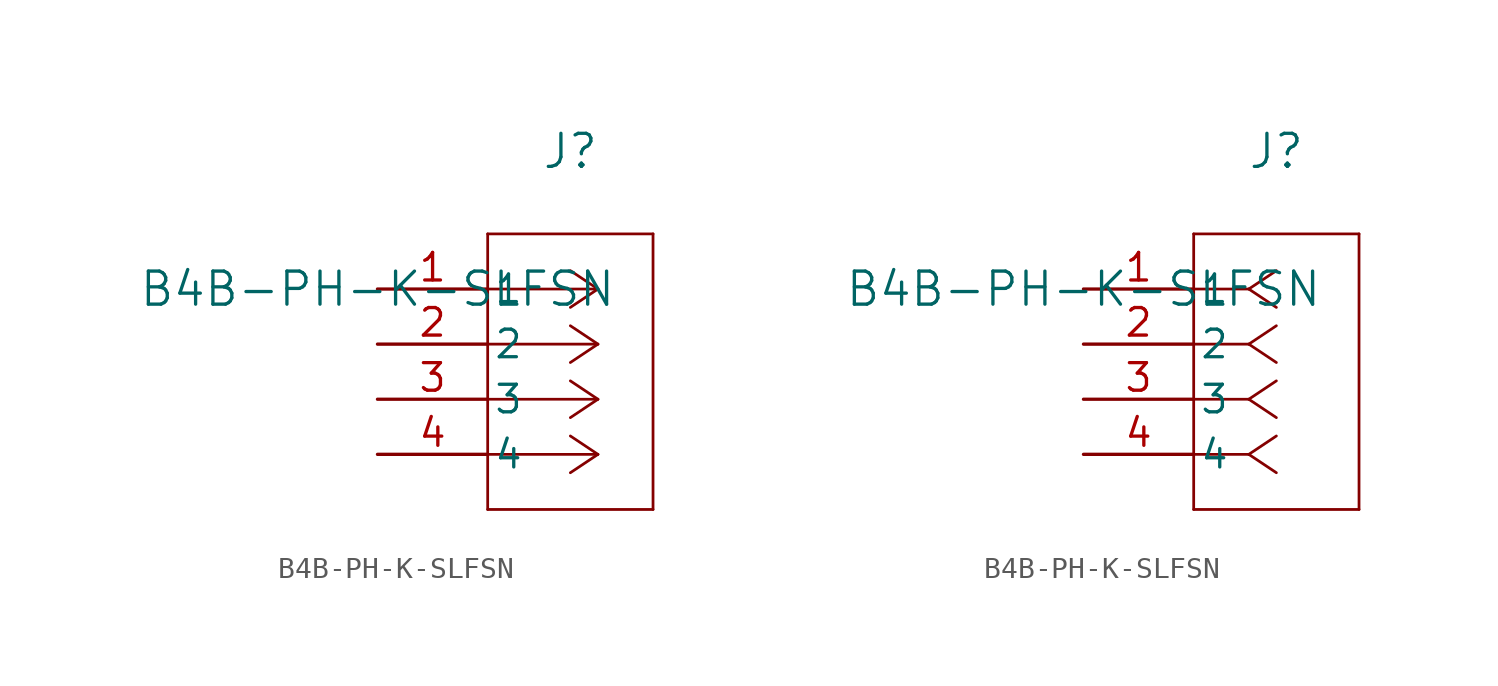
<source format=kicad_sym>
(kicad_symbol_lib
  (version 20211014)
  (generator kicad_symbol_editor)
  (symbol "B4B-PH-K-SLFSN"
    (pin_names
      (offset 0.254))
    (property "Reference" "J"
      (at 8.89 6.35 0)
      (effects (font (size 1.524 1.524))))
    (property "Value" "B4B-PH-K-SLFSN"
      (at 0 0 0)
      (effects (font (size 1.524 1.524))))
    (symbol "B4B-PH-K-SLFSN_1_1"
      (polyline (pts (xy 10.16 0) (xy 5.08 0)) (stroke (width 0.127) (type default) (color 0 0 0 0)) (fill (type none)))
      (polyline (pts (xy 10.16 -2.54) (xy 5.08 -2.54)) (stroke (width 0.127) (type default) (color 0 0 0 0)) (fill (type none)))
      (polyline (pts (xy 10.16 -5.08) (xy 5.08 -5.08)) (stroke (width 0.127) (type default) (color 0 0 0 0)) (fill (type none)))
      (polyline (pts (xy 10.16 -7.62) (xy 5.08 -7.62)) (stroke (width 0.127) (type default) (color 0 0 0 0)) (fill (type none)))
      (polyline (pts (xy 10.16 0) (xy 8.89 0.847)) (stroke (width 0.127) (type default) (color 0 0 0 0)) (fill (type none)))
      (polyline (pts (xy 10.16 -2.54) (xy 8.89 -1.693)) (stroke (width 0.127) (type default) (color 0 0 0 0)) (fill (type none)))
      (polyline (pts (xy 10.16 -5.08) (xy 8.89 -4.233)) (stroke (width 0.127) (type default) (color 0 0 0 0)) (fill (type none)))
      (polyline (pts (xy 10.16 -7.62) (xy 8.89 -6.773)) (stroke (width 0.127) (type default) (color 0 0 0 0)) (fill (type none)))
      (polyline (pts (xy 10.16 0) (xy 8.89 -0.847)) (stroke (width 0.127) (type default) (color 0 0 0 0)) (fill (type none)))
      (polyline (pts (xy 10.16 -2.54) (xy 8.89 -3.387)) (stroke (width 0.127) (type default) (color 0 0 0 0)) (fill (type none)))
      (polyline (pts (xy 10.16 -5.08) (xy 8.89 -5.927)) (stroke (width 0.127) (type default) (color 0 0 0 0)) (fill (type none)))
      (polyline (pts (xy 10.16 -7.62) (xy 8.89 -8.467)) (stroke (width 0.127) (type default) (color 0 0 0 0)) (fill (type none)))
      (polyline (pts (xy 5.08 2.54) (xy 5.08 -10.16)) (stroke (width 0.127) (type default) (color 0 0 0 0)) (fill (type none)))
      (polyline (pts (xy 5.08 -10.16) (xy 12.7 -10.16)) (stroke (width 0.127) (type default) (color 0 0 0 0)) (fill (type none)))
      (polyline (pts (xy 12.7 -10.16) (xy 12.7 2.54)) (stroke (width 0.127) (type default) (color 0 0 0 0)) (fill (type none)))
      (polyline (pts (xy 12.7 2.54) (xy 5.08 2.54)) (stroke (width 0.127) (type default) (color 0 0 0 0)) (fill (type none)))
      (pin unspecified line (at 0 0 0) (length 5.08) (name "1" (effects (font (size 1.27 1.27)))) (number "1" (effects (font (size 1.27 1.27)))))
      (pin unspecified line (at 0 -2.54 0) (length 5.08) (name "2" (effects (font (size 1.27 1.27)))) (number "2" (effects (font (size 1.27 1.27)))))
      (pin unspecified line (at 0 -5.08 0) (length 5.08) (name "3" (effects (font (size 1.27 1.27)))) (number "3" (effects (font (size 1.27 1.27)))))
      (pin unspecified line (at 0 -7.62 0) (length 5.08) (name "4" (effects (font (size 1.27 1.27)))) (number "4" (effects (font (size 1.27 1.27))))))
    (symbol "B4B-PH-K-SLFSN_1_2"
      (polyline (pts (xy 7.62 0) (xy 5.08 0)) (stroke (width 0.127) (type default) (color 0 0 0 0)) (fill (type none)))
      (polyline (pts (xy 7.62 -2.54) (xy 5.08 -2.54)) (stroke (width 0.127) (type default) (color 0 0 0 0)) (fill (type none)))
      (polyline (pts (xy 7.62 -5.08) (xy 5.08 -5.08)) (stroke (width 0.127) (type default) (color 0 0 0 0)) (fill (type none)))
      (polyline (pts (xy 7.62 -7.62) (xy 5.08 -7.62)) (stroke (width 0.127) (type default) (color 0 0 0 0)) (fill (type none)))
      (polyline (pts (xy 7.62 0) (xy 8.89 0.847)) (stroke (width 0.127) (type default) (color 0 0 0 0)) (fill (type none)))
      (polyline (pts (xy 7.62 -2.54) (xy 8.89 -1.693)) (stroke (width 0.127) (type default) (color 0 0 0 0)) (fill (type none)))
      (polyline (pts (xy 7.62 -5.08) (xy 8.89 -4.233)) (stroke (width 0.127) (type default) (color 0 0 0 0)) (fill (type none)))
      (polyline (pts (xy 7.62 -7.62) (xy 8.89 -6.773)) (stroke (width 0.127) (type default) (color 0 0 0 0)) (fill (type none)))
      (polyline (pts (xy 7.62 0) (xy 8.89 -0.847)) (stroke (width 0.127) (type default) (color 0 0 0 0)) (fill (type none)))
      (polyline (pts (xy 7.62 -2.54) (xy 8.89 -3.387)) (stroke (width 0.127) (type default) (color 0 0 0 0)) (fill (type none)))
      (polyline (pts (xy 7.62 -5.08) (xy 8.89 -5.927)) (stroke (width 0.127) (type default) (color 0 0 0 0)) (fill (type none)))
      (polyline (pts (xy 7.62 -7.62) (xy 8.89 -8.467)) (stroke (width 0.127) (type default) (color 0 0 0 0)) (fill (type none)))
      (polyline (pts (xy 5.08 2.54) (xy 5.08 -10.16)) (stroke (width 0.127) (type default) (color 0 0 0 0)) (fill (type none)))
      (polyline (pts (xy 5.08 -10.16) (xy 12.7 -10.16)) (stroke (width 0.127) (type default) (color 0 0 0 0)) (fill (type none)))
      (polyline (pts (xy 12.7 -10.16) (xy 12.7 2.54)) (stroke (width 0.127) (type default) (color 0 0 0 0)) (fill (type none)))
      (polyline (pts (xy 12.7 2.54) (xy 5.08 2.54)) (stroke (width 0.127) (type default) (color 0 0 0 0)) (fill (type none)))
      (pin unspecified line (at 0 0 0) (length 5.08) (name "1" (effects (font (size 1.27 1.27)))) (number "1" (effects (font (size 1.27 1.27)))))
      (pin unspecified line (at 0 -2.54 0) (length 5.08) (name "2" (effects (font (size 1.27 1.27)))) (number "2" (effects (font (size 1.27 1.27)))))
      (pin unspecified line (at 0 -5.08 0) (length 5.08) (name "3" (effects (font (size 1.27 1.27)))) (number "3" (effects (font (size 1.27 1.27)))))
      (pin unspecified line (at 0 -7.62 0) (length 5.08) (name "4" (effects (font (size 1.27 1.27)))) (number "4" (effects (font (size 1.27 1.27))))))))
</source>
